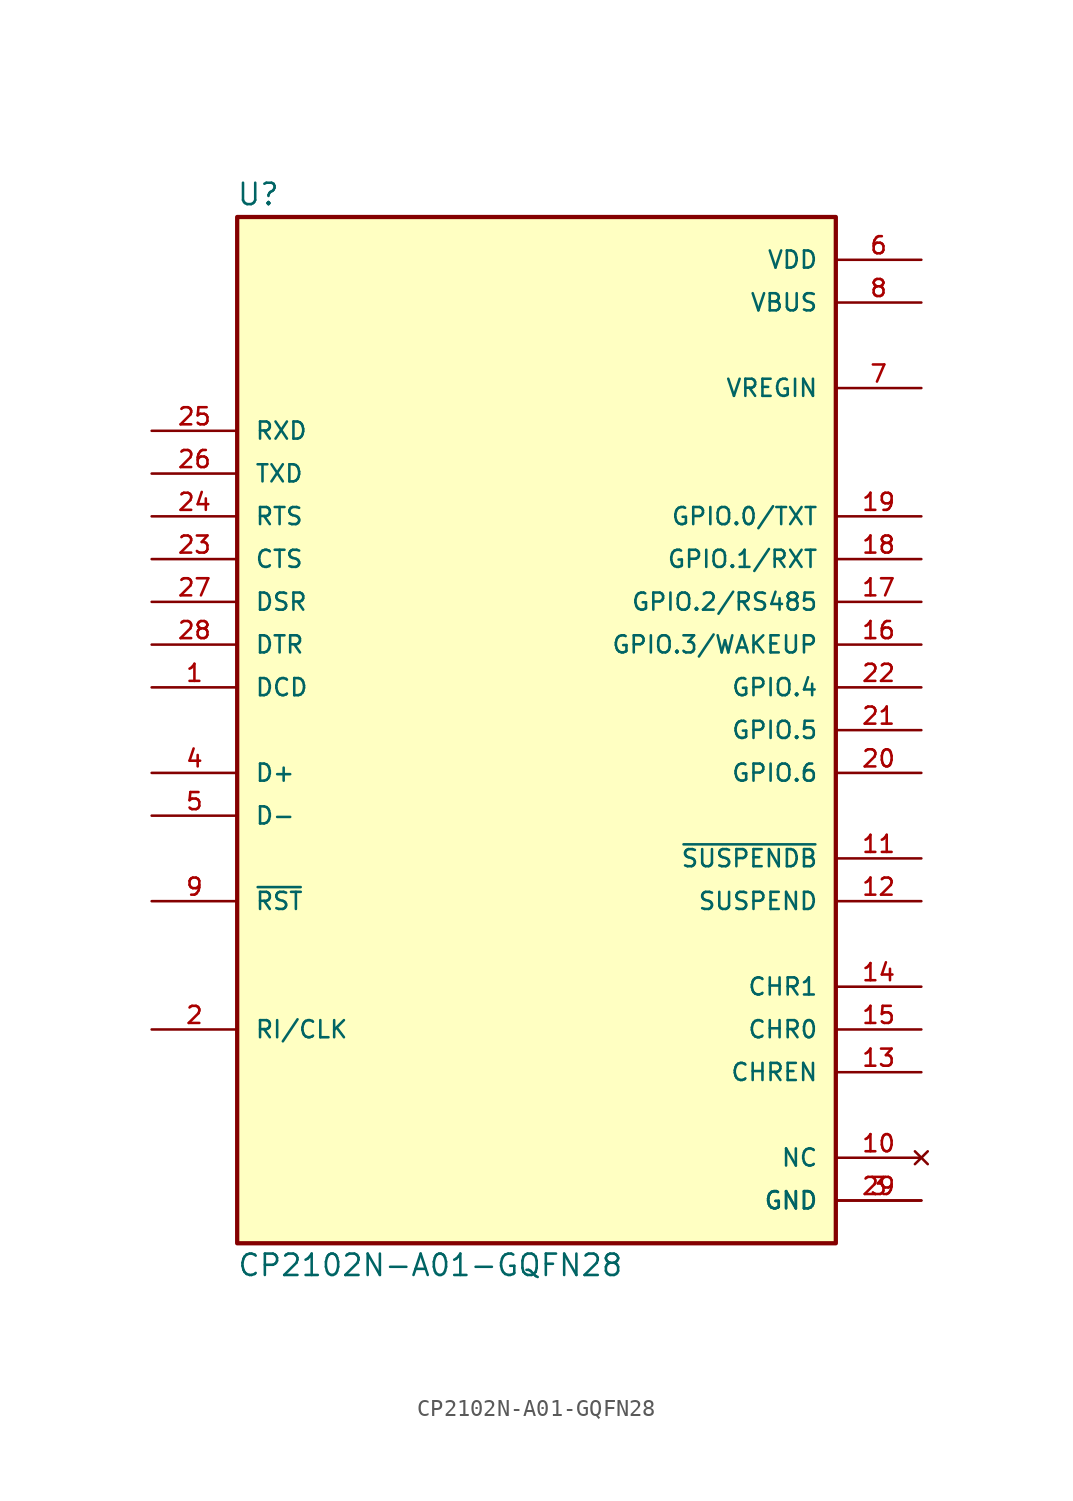
<source format=kicad_sym>
(kicad_symbol_lib
  (version 20211014)
  (generator kicad_symbol_editor)
  (symbol "CP2102N-A01-GQFN28"
    (pin_names
      (offset 1.016))
    (property "Reference" "U"
      (at -17.837 31.084 0)
      (effects (font (size 1.27 1.27)) (justify bottom left)))
    (property "Value" "CP2102N-A01-GQFN28"
      (at -17.809 -31.041 0)
      (effects (font (size 1.27 1.27)) (justify top left)))
    (symbol "CP2102N-A01-GQFN28_0_0"
      (rectangle (start -17.78 -30.48) (end 17.78 30.48) (stroke (width 0.254)) (fill (type background)))
      (pin bidirectional line (at 22.86 10.16 180.0) (length 5.08) (name "GPIO.1/RXT" (effects (font (size 1.016 1.016)))) (number "18" (effects (font (size 1.016 1.016)))))
      (pin bidirectional line (at 22.86 12.7 180.0) (length 5.08) (name "GPIO.0/TXT" (effects (font (size 1.016 1.016)))) (number "19" (effects (font (size 1.016 1.016)))))
      (pin power_in line (at 22.86 -27.94 180.0) (length 5.08) (name "GND" (effects (font (size 1.016 1.016)))) (number "3" (effects (font (size 1.016 1.016)))))
      (pin power_in line (at 22.86 -27.94 180.0) (length 5.08) (name "GND" (effects (font (size 1.016 1.016)))) (number "29" (effects (font (size 1.016 1.016)))))
      (pin bidirectional line (at -22.86 -2.54 0) (length 5.08) (name "D+" (effects (font (size 1.016 1.016)))) (number "4" (effects (font (size 1.016 1.016)))))
      (pin bidirectional line (at -22.86 -5.08 0) (length 5.08) (name "D-" (effects (font (size 1.016 1.016)))) (number "5" (effects (font (size 1.016 1.016)))))
      (pin power_in line (at 22.86 27.94 180.0) (length 5.08) (name "VDD" (effects (font (size 1.016 1.016)))) (number "6" (effects (font (size 1.016 1.016)))))
      (pin power_in line (at 22.86 20.32 180.0) (length 5.08) (name "VREGIN" (effects (font (size 1.016 1.016)))) (number "7" (effects (font (size 1.016 1.016)))))
      (pin power_in line (at 22.86 25.4 180.0) (length 5.08) (name "VBUS" (effects (font (size 1.016 1.016)))) (number "8" (effects (font (size 1.016 1.016)))))
      (pin input line (at -22.86 -10.16 0) (length 5.08) (name "~{RST}" (effects (font (size 1.016 1.016)))) (number "9" (effects (font (size 1.016 1.016)))))
      (pin output line (at 22.86 -7.62 180.0) (length 5.08) (name "~{SUSPENDB}" (effects (font (size 1.016 1.016)))) (number "11" (effects (font (size 1.016 1.016)))))
      (pin output line (at 22.86 -20.32 180.0) (length 5.08) (name "CHREN" (effects (font (size 1.016 1.016)))) (number "13" (effects (font (size 1.016 1.016)))))
      (pin output line (at 22.86 -10.16 180.0) (length 5.08) (name "SUSPEND" (effects (font (size 1.016 1.016)))) (number "12" (effects (font (size 1.016 1.016)))))
      (pin input line (at -22.86 10.16 0) (length 5.08) (name "CTS" (effects (font (size 1.016 1.016)))) (number "23" (effects (font (size 1.016 1.016)))))
      (pin output line (at -22.86 12.7 0) (length 5.08) (name "RTS" (effects (font (size 1.016 1.016)))) (number "24" (effects (font (size 1.016 1.016)))))
      (pin input line (at -22.86 17.78 0) (length 5.08) (name "RXD" (effects (font (size 1.016 1.016)))) (number "25" (effects (font (size 1.016 1.016)))))
      (pin output line (at -22.86 15.24 0) (length 5.08) (name "TXD" (effects (font (size 1.016 1.016)))) (number "26" (effects (font (size 1.016 1.016)))))
      (pin bidirectional line (at 22.86 7.62 180.0) (length 5.08) (name "GPIO.2/RS485" (effects (font (size 1.016 1.016)))) (number "17" (effects (font (size 1.016 1.016)))))
      (pin bidirectional line (at 22.86 5.08 180.0) (length 5.08) (name "GPIO.3/WAKEUP" (effects (font (size 1.016 1.016)))) (number "16" (effects (font (size 1.016 1.016)))))
      (pin input line (at -22.86 7.62 0) (length 5.08) (name "DSR" (effects (font (size 1.016 1.016)))) (number "27" (effects (font (size 1.016 1.016)))))
      (pin output line (at -22.86 5.08 0) (length 5.08) (name "DTR" (effects (font (size 1.016 1.016)))) (number "28" (effects (font (size 1.016 1.016)))))
      (pin input line (at -22.86 2.54 0) (length 5.08) (name "DCD" (effects (font (size 1.016 1.016)))) (number "1" (effects (font (size 1.016 1.016)))))
      (pin bidirectional line (at -22.86 -17.78 0) (length 5.08) (name "RI/CLK" (effects (font (size 1.016 1.016)))) (number "2" (effects (font (size 1.016 1.016)))))
      (pin output line (at 22.86 -15.24 180.0) (length 5.08) (name "CHR1" (effects (font (size 1.016 1.016)))) (number "14" (effects (font (size 1.016 1.016)))))
      (pin output line (at 22.86 -17.78 180.0) (length 5.08) (name "CHR0" (effects (font (size 1.016 1.016)))) (number "15" (effects (font (size 1.016 1.016)))))
      (pin bidirectional line (at 22.86 -2.54 180.0) (length 5.08) (name "GPIO.6" (effects (font (size 1.016 1.016)))) (number "20" (effects (font (size 1.016 1.016)))))
      (pin bidirectional line (at 22.86 2.54 180.0) (length 5.08) (name "GPIO.4" (effects (font (size 1.016 1.016)))) (number "22" (effects (font (size 1.016 1.016)))))
      (pin bidirectional line (at 22.86 0.0 180.0) (length 5.08) (name "GPIO.5" (effects (font (size 1.016 1.016)))) (number "21" (effects (font (size 1.016 1.016)))))
      (pin no_connect line (at 22.86 -25.4 180.0) (length 5.08) (name "NC" (effects (font (size 1.016 1.016)))) (number "10" (effects (font (size 1.016 1.016))))))))
</source>
